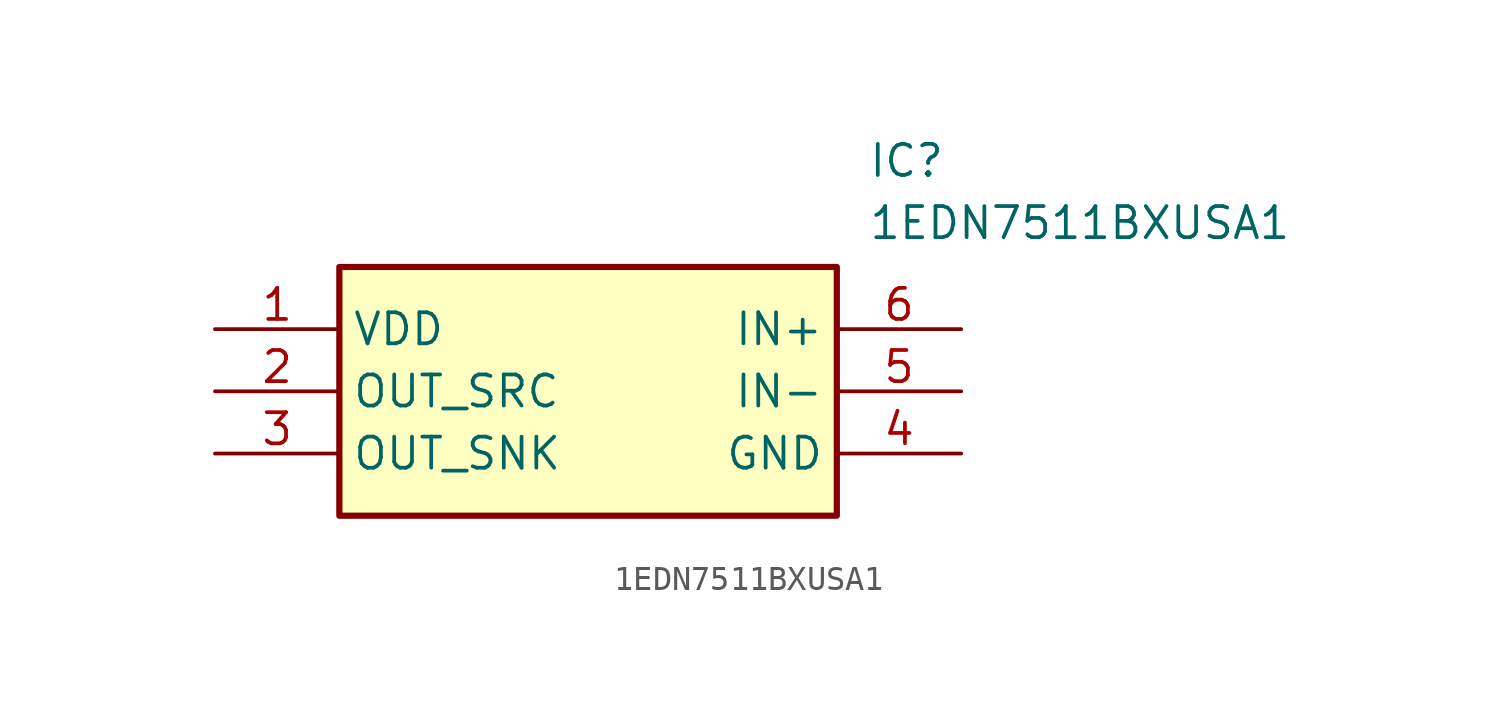
<source format=kicad_sym>
(kicad_symbol_lib
  (version 20211014)
  (generator SamacSys_ECAD_Model)
  (symbol "1EDN7511BXUSA1"
    (property "Reference" "IC"
      (at 26.67 7.62 0)
      (effects (font (size 1.27 1.27)) (justify left top)))
    (property "Value" "1EDN7511BXUSA1"
      (at 26.67 5.08 0)
      (effects (font (size 1.27 1.27)) (justify left top)))
    (rectangle
      (start 5.08 2.54)
      (end 25.4 -7.62)
      (stroke (width 0.254) (type default))
      (fill (type background)))
    (pin passive line
      (at 0 0 0)
      (length 5.08)
      (name "VDD" (effects (font (size 1.27 1.27))))
      (number "1" (effects (font (size 1.27 1.27)))))
    (pin passive line
      (at 0 -2.54 0)
      (length 5.08)
      (name "OUT_SRC" (effects (font (size 1.27 1.27))))
      (number "2" (effects (font (size 1.27 1.27)))))
    (pin passive line
      (at 0 -5.08 0)
      (length 5.08)
      (name "OUT_SNK" (effects (font (size 1.27 1.27))))
      (number "3" (effects (font (size 1.27 1.27)))))
    (pin passive line
      (at 30.48 0 180)
      (length 5.08)
      (name "IN+" (effects (font (size 1.27 1.27))))
      (number "6" (effects (font (size 1.27 1.27)))))
    (pin passive line
      (at 30.48 -2.54 180)
      (length 5.08)
      (name "IN-" (effects (font (size 1.27 1.27))))
      (number "5" (effects (font (size 1.27 1.27)))))
    (pin passive line
      (at 30.48 -5.08 180)
      (length 5.08)
      (name "GND" (effects (font (size 1.27 1.27))))
      (number "4" (effects (font (size 1.27 1.27)))))))
</source>
